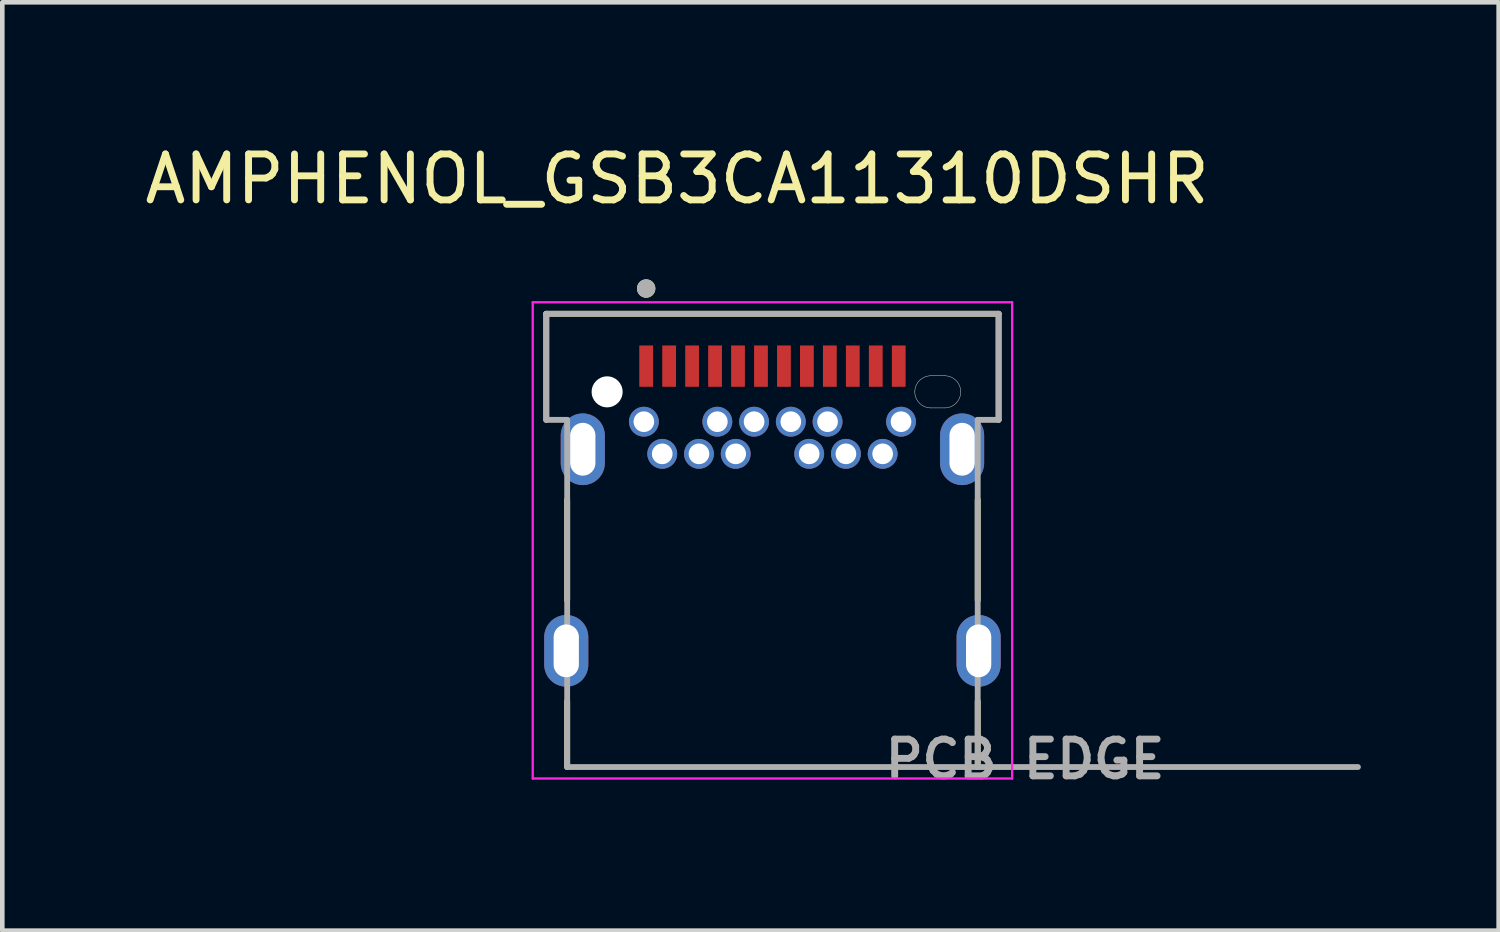
<source format=kicad_pcb>
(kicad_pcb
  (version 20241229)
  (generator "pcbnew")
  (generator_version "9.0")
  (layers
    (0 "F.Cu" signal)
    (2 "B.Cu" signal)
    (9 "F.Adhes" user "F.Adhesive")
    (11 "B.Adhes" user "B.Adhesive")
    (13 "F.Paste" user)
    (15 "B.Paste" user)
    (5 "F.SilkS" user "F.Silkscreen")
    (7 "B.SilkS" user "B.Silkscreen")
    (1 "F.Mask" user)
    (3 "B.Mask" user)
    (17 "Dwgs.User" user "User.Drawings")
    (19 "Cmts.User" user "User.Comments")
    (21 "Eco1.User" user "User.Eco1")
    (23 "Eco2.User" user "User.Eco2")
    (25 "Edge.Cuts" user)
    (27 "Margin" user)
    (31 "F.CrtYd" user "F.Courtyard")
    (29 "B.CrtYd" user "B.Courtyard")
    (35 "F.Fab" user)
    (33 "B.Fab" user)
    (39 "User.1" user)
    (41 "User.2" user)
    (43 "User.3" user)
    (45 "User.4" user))
  (footprint "AMPHENOL_GSB3CA11310DSHR"
    (layer "F.Cu")
    (at 13.771 5.483)
    (property "Reference" "AMPHENOL_GSB3CA11310DSHR" (at -2.075 -4.635 0) (layer "F.SilkS") (effects (font (size 1 1) (thickness 0.15))))
    (attr through_hole)
    (fp_circle (center -2.8 0.65) (end -2.612 0.65) (stroke (width 0.375) (type solid)) (fill no) (layer "F.Mask"))
    (fp_circle (center -2.4 1.35) (end -2.212 1.35) (stroke (width 0.375) (type solid)) (fill no) (layer "F.Mask"))
    (fp_circle (center -1.6 1.35) (end -1.413 1.35) (stroke (width 0.375) (type solid)) (fill no) (layer "F.Mask"))
    (fp_circle (center -1.2 0.65) (end -1.012 0.65) (stroke (width 0.375) (type solid)) (fill no) (layer "F.Mask"))
    (fp_circle (center -0.8 1.35) (end -0.613 1.35) (stroke (width 0.375) (type solid)) (fill no) (layer "F.Mask"))
    (fp_circle (center -0.4 0.65) (end -0.212 0.65) (stroke (width 0.375) (type solid)) (fill no) (layer "F.Mask"))
    (fp_circle (center 0.4 0.65) (end 0.588 0.65) (stroke (width 0.375) (type solid)) (fill no) (layer "F.Mask"))
    (fp_circle (center 0.8 1.35) (end 0.988 1.35) (stroke (width 0.375) (type solid)) (fill no) (layer "F.Mask"))
    (fp_circle (center 1.2 0.65) (end 1.387 0.65) (stroke (width 0.375) (type solid)) (fill no) (layer "F.Mask"))
    (fp_circle (center 1.6 1.35) (end 1.788 1.35) (stroke (width 0.375) (type solid)) (fill no) (layer "F.Mask"))
    (fp_circle (center 2.4 1.35) (end 2.587 1.35) (stroke (width 0.375) (type solid)) (fill no) (layer "F.Mask"))
    (fp_circle (center 2.8 0.65) (end 2.987 0.65) (stroke (width 0.375) (type solid)) (fill no) (layer "F.Mask"))
    (fp_poly (pts (xy -2.95 -1.06) (xy -2.55 -1.06) (xy -2.55 -0.06) (xy -2.95 -0.06)) (stroke (width 0.01) (type solid)) (fill yes) (layer "F.Mask"))
    (fp_poly (pts (xy -2.45 -1.06) (xy -2.05 -1.06) (xy -2.05 -0.06) (xy -2.45 -0.06)) (stroke (width 0.01) (type solid)) (fill yes) (layer "F.Mask"))
    (fp_poly (pts (xy -1.95 -1.06) (xy -1.55 -1.06) (xy -1.55 -0.06) (xy -1.95 -0.06)) (stroke (width 0.01) (type solid)) (fill yes) (layer "F.Mask"))
    (fp_poly (pts (xy -1.45 -1.06) (xy -1.05 -1.06) (xy -1.05 -0.06) (xy -1.45 -0.06)) (stroke (width 0.01) (type solid)) (fill yes) (layer "F.Mask"))
    (fp_poly (pts (xy -0.95 -1.06) (xy -0.55 -1.06) (xy -0.55 -0.06) (xy -0.95 -0.06)) (stroke (width 0.01) (type solid)) (fill yes) (layer "F.Mask"))
    (fp_poly (pts (xy -0.45 -1.06) (xy -0.05 -1.06) (xy -0.05 -0.06) (xy -0.45 -0.06)) (stroke (width 0.01) (type solid)) (fill yes) (layer "F.Mask"))
    (fp_poly (pts (xy 0.05 -1.06) (xy 0.45 -1.06) (xy 0.45 -0.06) (xy 0.05 -0.06)) (stroke (width 0.01) (type solid)) (fill yes) (layer "F.Mask"))
    (fp_poly (pts (xy 0.55 -1.06) (xy 0.95 -1.06) (xy 0.95 -0.06) (xy 0.55 -0.06)) (stroke (width 0.01) (type solid)) (fill yes) (layer "F.Mask"))
    (fp_poly (pts (xy 1.05 -1.06) (xy 1.45 -1.06) (xy 1.45 -0.06) (xy 1.05 -0.06)) (stroke (width 0.01) (type solid)) (fill yes) (layer "F.Mask"))
    (fp_poly (pts (xy 1.55 -1.06) (xy 1.95 -1.06) (xy 1.95 -0.06) (xy 1.55 -0.06)) (stroke (width 0.01) (type solid)) (fill yes) (layer "F.Mask"))
    (fp_poly (pts (xy 2.05 -1.06) (xy 2.45 -1.06) (xy 2.45 -0.06) (xy 2.05 -0.06)) (stroke (width 0.01) (type solid)) (fill yes) (layer "F.Mask"))
    (fp_poly (pts (xy 2.55 -1.06) (xy 2.95 -1.06) (xy 2.95 -0.06) (xy 2.55 -0.06)) (stroke (width 0.01) (type solid)) (fill yes) (layer "F.Mask"))
    (fp_circle (center -2.8 0.65) (end -2.612 0.65) (stroke (width 0.375) (type solid)) (fill no) (layer "B.Mask"))
    (fp_circle (center -2.4 1.35) (end -2.212 1.35) (stroke (width 0.375) (type solid)) (fill no) (layer "B.Mask"))
    (fp_circle (center -1.6 1.35) (end -1.413 1.35) (stroke (width 0.375) (type solid)) (fill no) (layer "B.Mask"))
    (fp_circle (center -1.2 0.65) (end -1.012 0.65) (stroke (width 0.375) (type solid)) (fill no) (layer "B.Mask"))
    (fp_circle (center -0.8 1.35) (end -0.613 1.35) (stroke (width 0.375) (type solid)) (fill no) (layer "B.Mask"))
    (fp_circle (center -0.4 0.65) (end -0.212 0.65) (stroke (width 0.375) (type solid)) (fill no) (layer "B.Mask"))
    (fp_circle (center 0.4 0.65) (end 0.588 0.65) (stroke (width 0.375) (type solid)) (fill no) (layer "B.Mask"))
    (fp_circle (center 0.8 1.35) (end 0.988 1.35) (stroke (width 0.375) (type solid)) (fill no) (layer "B.Mask"))
    (fp_circle (center 1.2 0.65) (end 1.387 0.65) (stroke (width 0.375) (type solid)) (fill no) (layer "B.Mask"))
    (fp_circle (center 1.6 1.35) (end 1.788 1.35) (stroke (width 0.375) (type solid)) (fill no) (layer "B.Mask"))
    (fp_circle (center 2.4 1.35) (end 2.587 1.35) (stroke (width 0.375) (type solid)) (fill no) (layer "B.Mask"))
    (fp_circle (center 2.8 0.65) (end 2.987 0.65) (stroke (width 0.375) (type solid)) (fill no) (layer "B.Mask"))
    (fp_line (start -4.925 -1.7) (end -4.925 0.61) (stroke (width 0.127) (type solid)) (layer "F.SilkS"))
    (fp_line (start -4.925 -1.7) (end 4.925 -1.7) (stroke (width 0.127) (type solid)) (layer "F.SilkS"))
    (fp_line (start -4.47 4.54) (end -4.47 2.35) (stroke (width 0.127) (type solid)) (layer "F.SilkS"))
    (fp_line (start -4.47 8.17) (end -4.47 6.74) (stroke (width 0.127) (type solid)) (layer "F.SilkS"))
    (fp_line (start 4.47 4.54) (end 4.47 2.35) (stroke (width 0.127) (type solid)) (layer "F.SilkS"))
    (fp_line (start 4.47 8.17) (end 4.47 6.74) (stroke (width 0.127) (type solid)) (layer "F.SilkS"))
    (fp_line (start 4.925 -1.7) (end 4.925 0.61) (stroke (width 0.127) (type solid)) (layer "F.SilkS"))
    (fp_circle (center -2.75 -2.25) (end -2.65 -2.25) (stroke (width 0.2) (type solid)) (fill no) (layer "F.SilkS"))
    (fp_line (start 3.45 -0.35) (end 3.75 -0.35) (stroke (width 0.01) (type solid)) (layer "Edge.Cuts"))
    (fp_line (start 3.75 0.35) (end 3.45 0.35) (stroke (width 0.01) (type solid)) (layer "Edge.Cuts"))
    (fp_arc (start 3.1 0) (mid 3.202513 -0.247487) (end 3.45 -0.35) (stroke (width 0.01) (type solid)) (layer "Edge.Cuts"))
    (fp_arc (start 3.45 0.35) (mid 3.202513 0.247487) (end 3.1 0) (stroke (width 0.01) (type solid)) (layer "Edge.Cuts"))
    (fp_arc (start 3.75 -0.35) (mid 3.997487 -0.247487) (end 4.1 0) (stroke (width 0.01) (type solid)) (layer "Edge.Cuts"))
    (fp_arc (start 4.1 0) (mid 3.997487 0.247487) (end 3.75 0.35) (stroke (width 0.01) (type solid)) (layer "Edge.Cuts"))
    (fp_line (start -5.22 -1.95) (end -5.22 8.42) (stroke (width 0.05) (type solid)) (layer "F.CrtYd"))
    (fp_line (start -5.22 8.42) (end 5.22 8.42) (stroke (width 0.05) (type solid)) (layer "F.CrtYd"))
    (fp_line (start 5.22 -1.95) (end -5.22 -1.95) (stroke (width 0.05) (type solid)) (layer "F.CrtYd"))
    (fp_line (start 5.22 8.42) (end 5.22 -1.95) (stroke (width 0.05) (type solid)) (layer "F.CrtYd"))
    (fp_line (start -4.925 -1.7) (end -4.925 0.61) (stroke (width 0.127) (type solid)) (layer "F.Fab"))
    (fp_line (start -4.925 -1.7) (end 4.925 -1.7) (stroke (width 0.127) (type solid)) (layer "F.Fab"))
    (fp_line (start -4.925 0.61) (end -4.47 0.61) (stroke (width 0.127) (type solid)) (layer "F.Fab"))
    (fp_line (start -4.47 8.17) (end -4.47 0.61) (stroke (width 0.127) (type solid)) (layer "F.Fab"))
    (fp_line (start -4.47 8.17) (end 4.47 8.17) (stroke (width 0.127) (type solid)) (layer "F.Fab"))
    (fp_line (start 4.47 8.17) (end 4.47 0.61) (stroke (width 0.127) (type solid)) (layer "F.Fab"))
    (fp_line (start 4.47 8.17) (end 12.75 8.17) (stroke (width 0.127) (type solid)) (layer "F.Fab"))
    (fp_line (start 4.925 -1.7) (end 4.925 0.61) (stroke (width 0.127) (type solid)) (layer "F.Fab"))
    (fp_line (start 4.925 0.61) (end 4.47 0.61) (stroke (width 0.127) (type solid)) (layer "F.Fab"))
    (fp_circle (center -2.75 -2.25) (end -2.65 -2.25) (stroke (width 0.2) (type solid)) (fill no) (layer "F.Fab"))
    (fp_text user "PCB EDGE" (at 5.5 8 0) (layer "F.Fab") (effects (font (size 0.8 0.8) (thickness 0.15))))
    (pad "" np_thru_hole circle (at -3.6 0) (size 0.675 0.675) (drill 0.675) (layers "*.Cu" "*.Mask"))
    (pad "A1" smd rect (at -2.75 -0.56) (size 0.3 0.9) (layers "F.Cu" "F.Paste"))
    (pad "A2" smd rect (at -2.25 -0.56) (size 0.3 0.9) (layers "F.Cu" "F.Paste"))
    (pad "A3" smd rect (at -1.75 -0.56) (size 0.3 0.9) (layers "F.Cu" "F.Paste"))
    (pad "A4" smd rect (at -1.25 -0.56) (size 0.3 0.9) (layers "F.Cu" "F.Paste"))
    (pad "A5" smd rect (at -0.75 -0.56) (size 0.3 0.9) (layers "F.Cu" "F.Paste"))
    (pad "A6" smd rect (at -0.25 -0.56) (size 0.3 0.9) (layers "F.Cu" "F.Paste"))
    (pad "A7" smd rect (at 0.25 -0.56) (size 0.3 0.9) (layers "F.Cu" "F.Paste"))
    (pad "A8" smd rect (at 0.75 -0.56) (size 0.3 0.9) (layers "F.Cu" "F.Paste"))
    (pad "A9" smd rect (at 1.25 -0.56) (size 0.3 0.9) (layers "F.Cu" "F.Paste"))
    (pad "A10" smd rect (at 1.75 -0.56) (size 0.3 0.9) (layers "F.Cu" "F.Paste"))
    (pad "A11" smd rect (at 2.25 -0.56) (size 0.3 0.9) (layers "F.Cu" "F.Paste"))
    (pad "A12" smd rect (at 2.75 -0.56) (size 0.3 0.9) (layers "F.Cu" "F.Paste"))
    (pad "B1" thru_hole circle (at 2.8 0.65) (size 0.65 0.65) (drill 0.45) (layers "*.Cu"))
    (pad "B2" thru_hole circle (at 2.4 1.35) (size 0.65 0.65) (drill 0.45) (layers "*.Cu"))
    (pad "B3" thru_hole circle (at 1.6 1.35) (size 0.65 0.65) (drill 0.45) (layers "*.Cu"))
    (pad "B4" thru_hole circle (at 1.2 0.65) (size 0.65 0.65) (drill 0.45) (layers "*.Cu"))
    (pad "B5" thru_hole circle (at 0.8 1.35) (size 0.65 0.65) (drill 0.45) (layers "*.Cu"))
    (pad "B6" thru_hole circle (at 0.4 0.65) (size 0.65 0.65) (drill 0.45) (layers "*.Cu"))
    (pad "B7" thru_hole circle (at -0.4 0.65) (size 0.65 0.65) (drill 0.45) (layers "*.Cu"))
    (pad "B8" thru_hole circle (at -0.8 1.35) (size 0.65 0.65) (drill 0.45) (layers "*.Cu"))
    (pad "B9" thru_hole circle (at -1.2 0.65) (size 0.65 0.65) (drill 0.45) (layers "*.Cu"))
    (pad "B10" thru_hole circle (at -1.6 1.35) (size 0.65 0.65) (drill 0.45) (layers "*.Cu"))
    (pad "B11" thru_hole circle (at -2.4 1.35) (size 0.65 0.65) (drill 0.45) (layers "*.Cu"))
    (pad "B12" thru_hole circle (at -2.8 0.65) (size 0.65 0.65) (drill 0.45) (layers "*.Cu"))
    (pad "SH1" thru_hole oval (at -4.49 5.64) (size 0.96 1.56) (drill oval 0.55 1.15) (layers "*.Cu" "*.Mask"))
    (pad "SH2" thru_hole oval (at 4.49 5.64) (size 0.96 1.56) (drill oval 0.55 1.15) (layers "*.Cu" "*.Mask"))
    (pad "SH3" thru_hole oval (at -4.13 1.25) (size 0.96 1.56) (drill oval 0.55 1.15) (layers "*.Cu" "*.Mask"))
    (pad "SH4" thru_hole oval (at 4.13 1.25) (size 0.96 1.56) (drill oval 0.55 1.15) (layers "*.Cu" "*.Mask")))
  (gr_rect
    (start -3 -3)
    (end 29.585 17.215)
    (stroke (width 0.1) (type default))
    (fill no)
    (layer "Edge.Cuts")))
</source>
